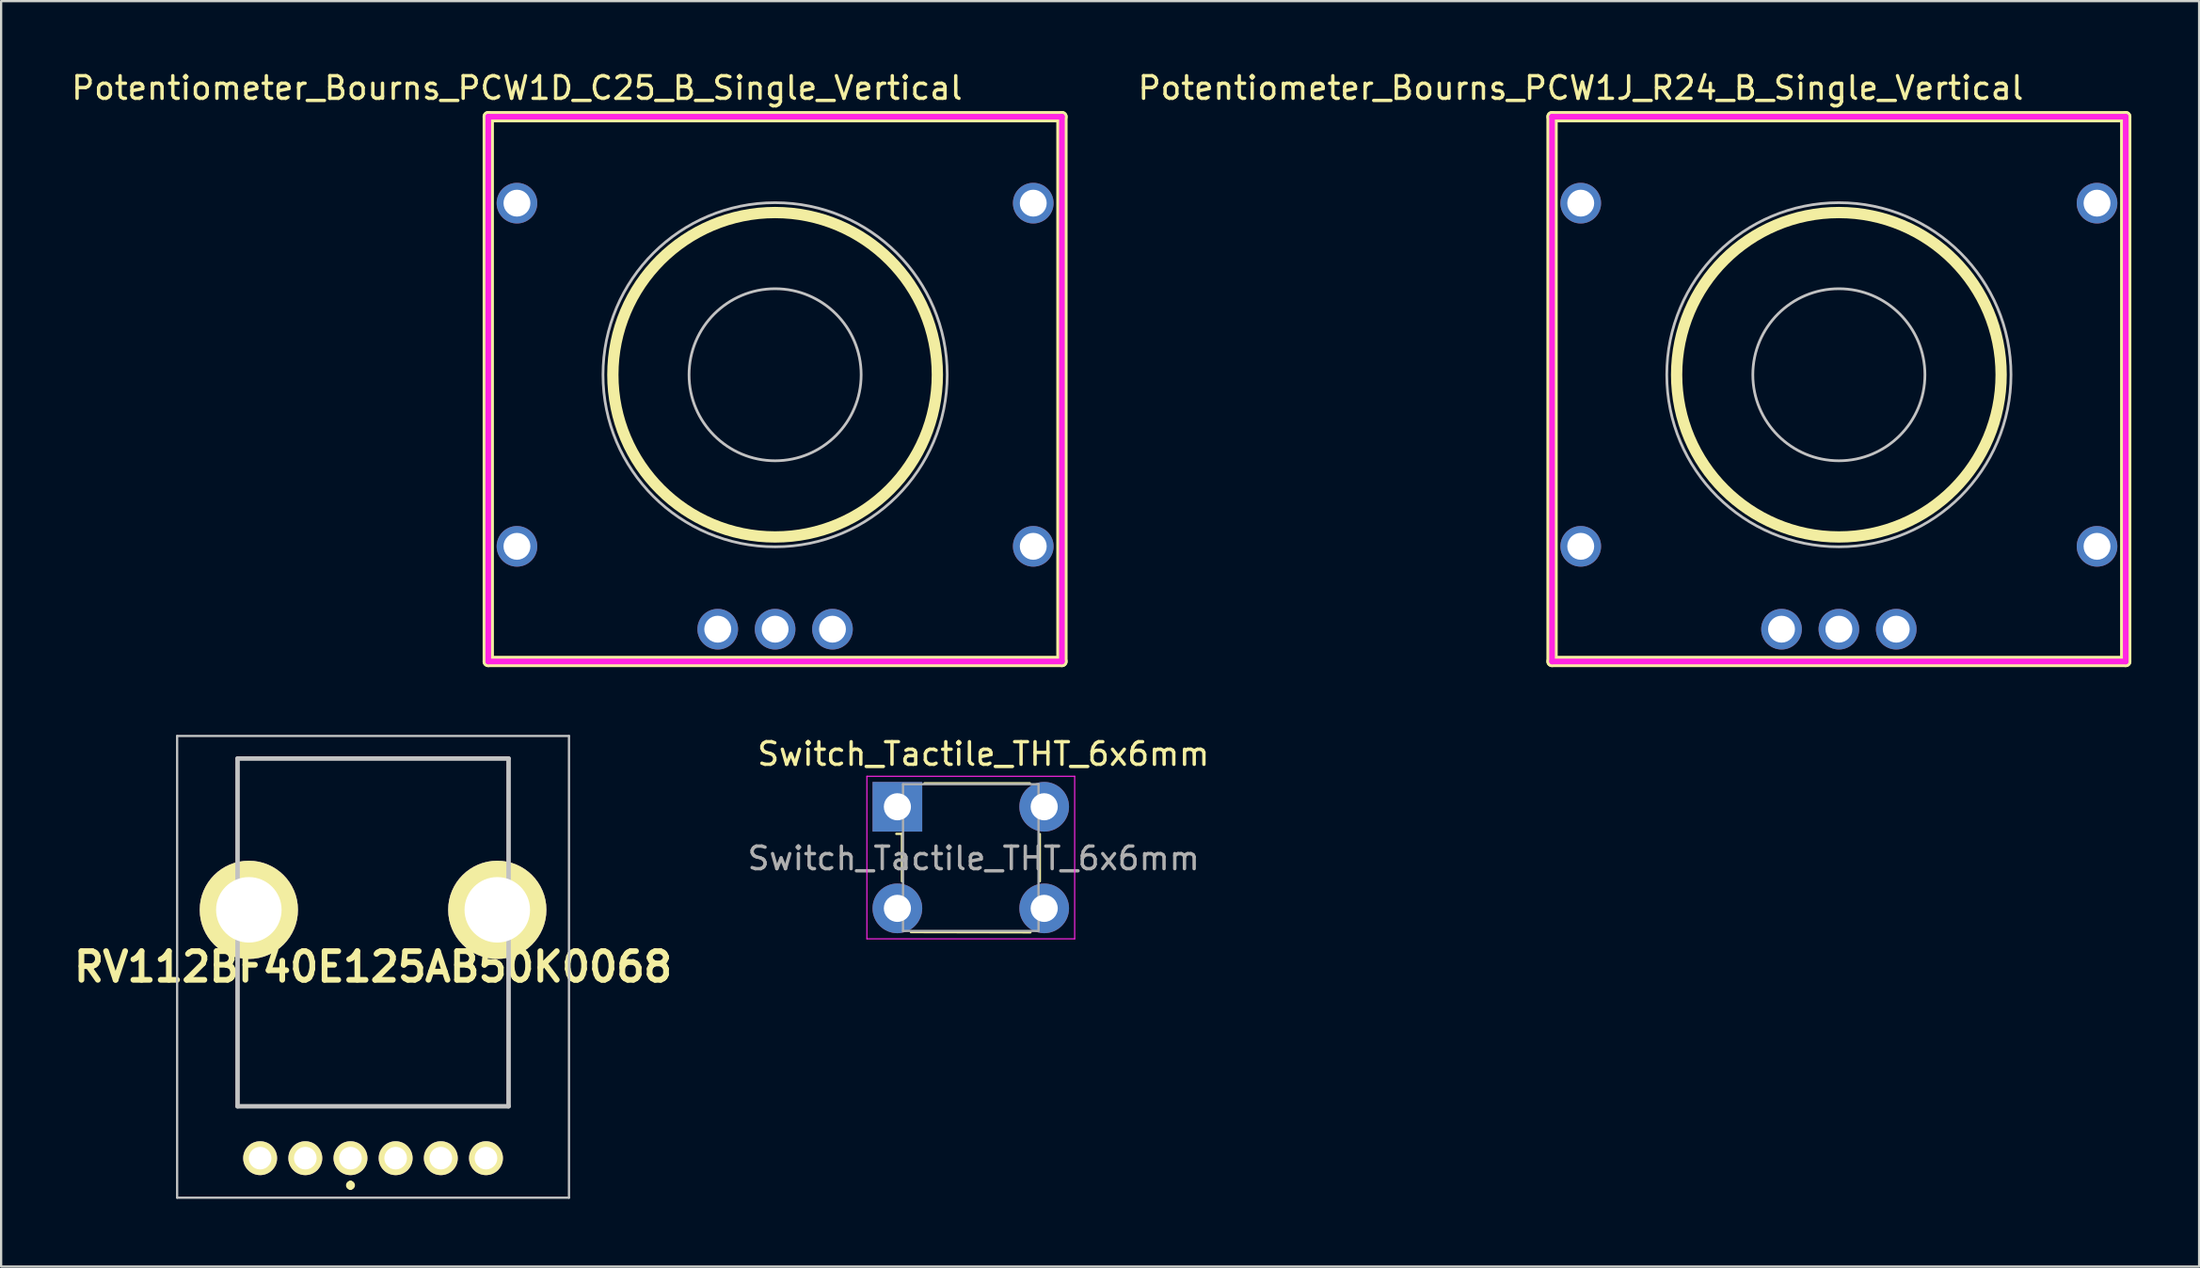
<source format=kicad_pcb>
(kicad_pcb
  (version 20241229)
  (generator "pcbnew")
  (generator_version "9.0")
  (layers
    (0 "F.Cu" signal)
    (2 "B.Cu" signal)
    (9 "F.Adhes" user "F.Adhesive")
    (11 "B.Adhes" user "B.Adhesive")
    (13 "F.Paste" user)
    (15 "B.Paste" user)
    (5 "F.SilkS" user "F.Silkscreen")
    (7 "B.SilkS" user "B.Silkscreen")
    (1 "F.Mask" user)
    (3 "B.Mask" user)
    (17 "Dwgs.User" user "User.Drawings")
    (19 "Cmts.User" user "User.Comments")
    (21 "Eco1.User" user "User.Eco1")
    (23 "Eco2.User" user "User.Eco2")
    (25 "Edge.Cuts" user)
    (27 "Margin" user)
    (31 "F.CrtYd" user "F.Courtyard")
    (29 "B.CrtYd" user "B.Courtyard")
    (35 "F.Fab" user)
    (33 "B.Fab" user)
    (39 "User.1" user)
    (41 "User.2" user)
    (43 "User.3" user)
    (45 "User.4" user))
  (footprint "Potentiometer_Bourns_PCW1D_C25_B_Single_Vertical"
    (layer "F.Cu")
    (at 31.269 13.548)
    (property "Reference" "Potentiometer_Bourns_PCW1D_C25_B_Single_Vertical" (at -11.43 -12.7 0) (layer "F.SilkS") (effects (font (size 1 1) (thickness 0.15))))
    (attr through_hole)
    (fp_line (start -12.7 -11.43) (end -12.7 12.7) (stroke (width 0.5) (type solid)) (layer "F.SilkS"))
    (fp_line (start -12.7 12.7) (end 12.7 12.7) (stroke (width 0.5) (type solid)) (layer "F.SilkS"))
    (fp_line (start 12.7 -11.43) (end -12.7 -11.43) (stroke (width 0.5) (type solid)) (layer "F.SilkS"))
    (fp_line (start 12.7 12.7) (end 12.7 -11.43) (stroke (width 0.5) (type solid)) (layer "F.SilkS"))
    (fp_circle (center 0 0) (end 7.184 0) (stroke (width 0.5) (type solid)) (fill no) (layer "F.SilkS"))
    (fp_circle (center 0 0) (end -7.62 0) (stroke (width 0.12) (type solid)) (fill no) (layer "Dwgs.User"))
    (fp_circle (center 0 0) (end -3.81 0) (stroke (width 0.12) (type solid)) (fill no) (layer "Dwgs.User"))
    (fp_line (start -12.7 -11.43) (end -12.7 12.7) (stroke (width 0.25) (type solid)) (layer "F.CrtYd"))
    (fp_line (start -12.7 12.7) (end 12.7 12.7) (stroke (width 0.25) (type solid)) (layer "F.CrtYd"))
    (fp_line (start 12.7 -11.43) (end -12.7 -11.43) (stroke (width 0.25) (type solid)) (layer "F.CrtYd"))
    (fp_line (start 12.7 12.7) (end 12.7 -11.43) (stroke (width 0.25) (type solid)) (layer "F.CrtYd"))
    (pad "" thru_hole circle (at -11.43 -7.6) (size 1.8 1.8) (drill 1.19) (layers "*.Cu" "*.Mask"))
    (pad "" thru_hole circle (at -11.43 7.6) (size 1.8 1.8) (drill 1.19) (layers "*.Cu" "*.Mask"))
    (pad "" thru_hole circle (at 11.43 -7.6) (size 1.8 1.8) (drill 1.19) (layers "*.Cu" "*.Mask"))
    (pad "" thru_hole circle (at 11.43 7.6) (size 1.8 1.8) (drill 1.19) (layers "*.Cu" "*.Mask"))
    (pad "1" thru_hole circle (at -2.54 11.27) (size 1.8 1.8) (drill 1.19) (layers "*.Cu" "*.Mask"))
    (pad "2" thru_hole circle (at 0 11.27) (size 1.8 1.8) (drill 1.19) (layers "*.Cu" "*.Mask"))
    (pad "3" thru_hole circle (at 2.54 11.27) (size 1.8 1.8) (drill 1.19) (layers "*.Cu" "*.Mask")))
  (footprint "Potentiometer_Bourns_PCW1J_R24_B_Single_Vertical"
    (layer "F.Cu")
    (at 78.37 13.548)
    (property "Reference" "Potentiometer_Bourns_PCW1J_R24_B_Single_Vertical" (at -11.43 -12.7 0) (layer "F.SilkS") (effects (font (size 1 1) (thickness 0.15))))
    (attr through_hole)
    (fp_line (start -12.7 -11.43) (end -12.7 12.7) (stroke (width 0.5) (type solid)) (layer "F.SilkS"))
    (fp_line (start -12.7 12.7) (end 12.7 12.7) (stroke (width 0.5) (type solid)) (layer "F.SilkS"))
    (fp_line (start 12.7 -11.43) (end -12.7 -11.43) (stroke (width 0.5) (type solid)) (layer "F.SilkS"))
    (fp_line (start 12.7 12.7) (end 12.7 -11.43) (stroke (width 0.5) (type solid)) (layer "F.SilkS"))
    (fp_circle (center 0 0) (end 7.184 0) (stroke (width 0.5) (type solid)) (fill no) (layer "F.SilkS"))
    (fp_circle (center 0 0) (end -7.62 0) (stroke (width 0.12) (type solid)) (fill no) (layer "Dwgs.User"))
    (fp_circle (center 0 0) (end -3.81 0) (stroke (width 0.12) (type solid)) (fill no) (layer "Dwgs.User"))
    (fp_line (start -12.7 -11.43) (end -12.7 12.7) (stroke (width 0.25) (type solid)) (layer "F.CrtYd"))
    (fp_line (start -12.7 12.7) (end 12.7 12.7) (stroke (width 0.25) (type solid)) (layer "F.CrtYd"))
    (fp_line (start 12.7 -11.43) (end -12.7 -11.43) (stroke (width 0.25) (type solid)) (layer "F.CrtYd"))
    (fp_line (start 12.7 12.7) (end 12.7 -11.43) (stroke (width 0.25) (type solid)) (layer "F.CrtYd"))
    (pad "" thru_hole circle (at -11.43 -7.6) (size 1.8 1.8) (drill 1.19) (layers "*.Cu" "*.Mask"))
    (pad "" thru_hole circle (at -11.43 7.6) (size 1.8 1.8) (drill 1.19) (layers "*.Cu" "*.Mask"))
    (pad "" thru_hole circle (at 11.43 -7.6) (size 1.8 1.8) (drill 1.19) (layers "*.Cu" "*.Mask"))
    (pad "" thru_hole circle (at 11.43 7.6) (size 1.8 1.8) (drill 1.19) (layers "*.Cu" "*.Mask"))
    (pad "1" thru_hole circle (at -2.54 11.27) (size 1.8 1.8) (drill 1.19) (layers "*.Cu" "*.Mask"))
    (pad "2" thru_hole circle (at 0 11.27) (size 1.8 1.8) (drill 1.19) (layers "*.Cu" "*.Mask"))
    (pad "3" thru_hole circle (at 2.54 11.27) (size 1.8 1.8) (drill 1.19) (layers "*.Cu" "*.Mask")))
  (footprint "RV112BF40E125AB50K0068"
    (layer "F.Cu")
    (at 12.468 48.248)
    (property "Reference" "RV112BF40E125AB50K0068" (at 1 -8.475 0) (layer "F.SilkS") (effects (font (size 1.27 1.27) (thickness 0.254))))
    (attr through_hole)
    (fp_line (start -5 -17.7) (end 7 -17.7) (stroke (width 0.1) (type solid)) (layer "F.SilkS"))
    (fp_line (start -5 -14) (end -5 -17.7) (stroke (width 0.1) (type solid)) (layer "F.SilkS"))
    (fp_line (start -5 -8) (end -5 -2.3) (stroke (width 0.1) (type solid)) (layer "F.SilkS"))
    (fp_line (start -5 -2.3) (end 7 -2.3) (stroke (width 0.1) (type solid)) (layer "F.SilkS"))
    (fp_line (start 0 1.1) (end 0 1.1) (stroke (width 0.2) (type solid)) (layer "F.SilkS"))
    (fp_line (start 0 1.3) (end 0 1.3) (stroke (width 0.2) (type solid)) (layer "F.SilkS"))
    (fp_line (start 7 -17.7) (end 7 -14) (stroke (width 0.1) (type solid)) (layer "F.SilkS"))
    (fp_line (start 7 -2.3) (end 7 -8) (stroke (width 0.1) (type solid)) (layer "F.SilkS"))
    (fp_arc (start 0 1.1) (mid 0.1 1.2) (end 0 1.3) (stroke (width 0.2) (type solid)) (layer "F.SilkS"))
    (fp_arc (start 0 1.3) (mid -0.1 1.2) (end 0 1.1) (stroke (width 0.2) (type solid)) (layer "F.SilkS"))
    (fp_line (start -7.675 -18.7) (end 9.675 -18.7) (stroke (width 0.1) (type solid)) (layer "Dwgs.User"))
    (fp_line (start -7.675 1.75) (end -7.675 -18.7) (stroke (width 0.1) (type solid)) (layer "Dwgs.User"))
    (fp_line (start -5 -17.7) (end 7 -17.7) (stroke (width 0.2) (type solid)) (layer "Dwgs.User"))
    (fp_line (start -5 -2.3) (end -5 -17.7) (stroke (width 0.2) (type solid)) (layer "Dwgs.User"))
    (fp_line (start 7 -17.7) (end 7 -2.3) (stroke (width 0.2) (type solid)) (layer "Dwgs.User"))
    (fp_line (start 7 -2.3) (end -5 -2.3) (stroke (width 0.2) (type solid)) (layer "Dwgs.User"))
    (fp_line (start 9.675 -18.7) (end 9.675 1.75) (stroke (width 0.1) (type solid)) (layer "Dwgs.User"))
    (fp_line (start 9.675 1.75) (end -7.675 1.75) (stroke (width 0.1) (type solid)) (layer "Dwgs.User"))
    (pad "A1" thru_hole circle (at 0 0 90) (size 1.5 1.5) (drill 1) (layers "*.Cu" "*.Mask" "F.SilkS"))
    (pad "A2" thru_hole circle (at 2 0 90) (size 1.5 1.5) (drill 1) (layers "*.Cu" "*.Mask" "F.SilkS"))
    (pad "A3" thru_hole circle (at 4 0 90) (size 1.5 1.5) (drill 1) (layers "*.Cu" "*.Mask" "F.SilkS"))
    (pad "B1" thru_hole circle (at -2 0 90) (size 1.5 1.5) (drill 1) (layers "*.Cu" "*.Mask" "F.SilkS"))
    (pad "B2" thru_hole circle (at -4 0 90) (size 1.5 1.5) (drill 1) (layers "*.Cu" "*.Mask" "F.SilkS"))
    (pad "B3" thru_hole circle (at 6 0 90) (size 1.5 1.5) (drill 1) (layers "*.Cu" "*.Mask" "F.SilkS"))
    (pad "MH1" thru_hole circle (at -4.5 -11 90) (size 4.35 4.35) (drill 2.9) (layers "*.Cu" "*.Mask" "F.SilkS"))
    (pad "MH2" thru_hole circle (at 6.5 -11 90) (size 4.35 4.35) (drill 2.9) (layers "*.Cu" "*.Mask" "F.SilkS")))
  (footprint "Switch_Tactile_THT_6x6mm"
    (layer "F.Cu")
    (at 36.683 32.683)
    (property "Reference" "Switch_Tactile_THT_6x6mm" (at 3.81 -2.337 0) (layer "F.SilkS") (effects (font (size 1 1) (thickness 0.15))))
    (attr through_hole)
    (fp_line (start 0.203 1.194) (end 0.203 3.302) (stroke (width 0.1) (type solid)) (layer "F.SilkS"))
    (fp_line (start 0.203 1.2) (end -0.047 1.2) (stroke (width 0.1) (type solid)) (layer "F.SilkS"))
    (fp_line (start 1.2 -1.041) (end 5.867 -1.041) (stroke (width 0.1) (type solid)) (layer "F.SilkS"))
    (fp_line (start 5.893 5.563) (end 0.6 5.553) (stroke (width 0.1) (type solid)) (layer "F.SilkS"))
    (fp_line (start 6.309 1.205) (end 6.309 3.3) (stroke (width 0.1) (type solid)) (layer "F.SilkS"))
    (fp_line (start -1.35 -1.35) (end -1.35 5.85) (stroke (width 0.05) (type solid)) (layer "F.CrtYd"))
    (fp_line (start 7.85 -1.35) (end -1.35 -1.35) (stroke (width 0.05) (type solid)) (layer "F.CrtYd"))
    (fp_line (start 7.85 -1.35) (end 7.85 5.85) (stroke (width 0.05) (type solid)) (layer "F.CrtYd"))
    (fp_line (start 7.85 5.85) (end -1.35 5.85) (stroke (width 0.05) (type solid)) (layer "F.CrtYd"))
    (fp_line (start 0.25 -1) (end 0.25 5.5) (stroke (width 0.1) (type solid)) (layer "F.Fab"))
    (fp_line (start 0.25 -1) (end 6.25 -1) (stroke (width 0.1) (type solid)) (layer "F.Fab"))
    (fp_line (start 6.25 -1) (end 6.25 5.5) (stroke (width 0.1) (type solid)) (layer "F.Fab"))
    (fp_line (start 6.25 5.5) (end 0.25 5.5) (stroke (width 0.1) (type solid)) (layer "F.Fab"))
    (fp_text user "${REFERENCE}" (at 3.378 2.286 0) (layer "F.Fab") (effects (font (size 1 1) (thickness 0.15))))
    (pad "1" thru_hole rect (at 0 0) (size 2.2 2.2) (drill 1.2) (layers "*.Cu" "*.Mask"))
    (pad "2" thru_hole circle (at 6.5 0) (size 2.2 2.2) (drill 1.2) (layers "*.Cu" "*.Mask"))
    (pad "3" thru_hole circle (at 0 4.5) (size 2.2 2.2) (drill 1.2) (layers "*.Cu" "*.Mask"))
    (pad "4" thru_hole circle (at 6.5 4.5) (size 2.2 2.2) (drill 1.2) (layers "*.Cu" "*.Mask")))
  (gr_rect
    (start -3 -3)
    (end 94.32 53.048)
    (stroke (width 0.1) (type default))
    (fill no)
    (layer "Edge.Cuts")))
</source>
